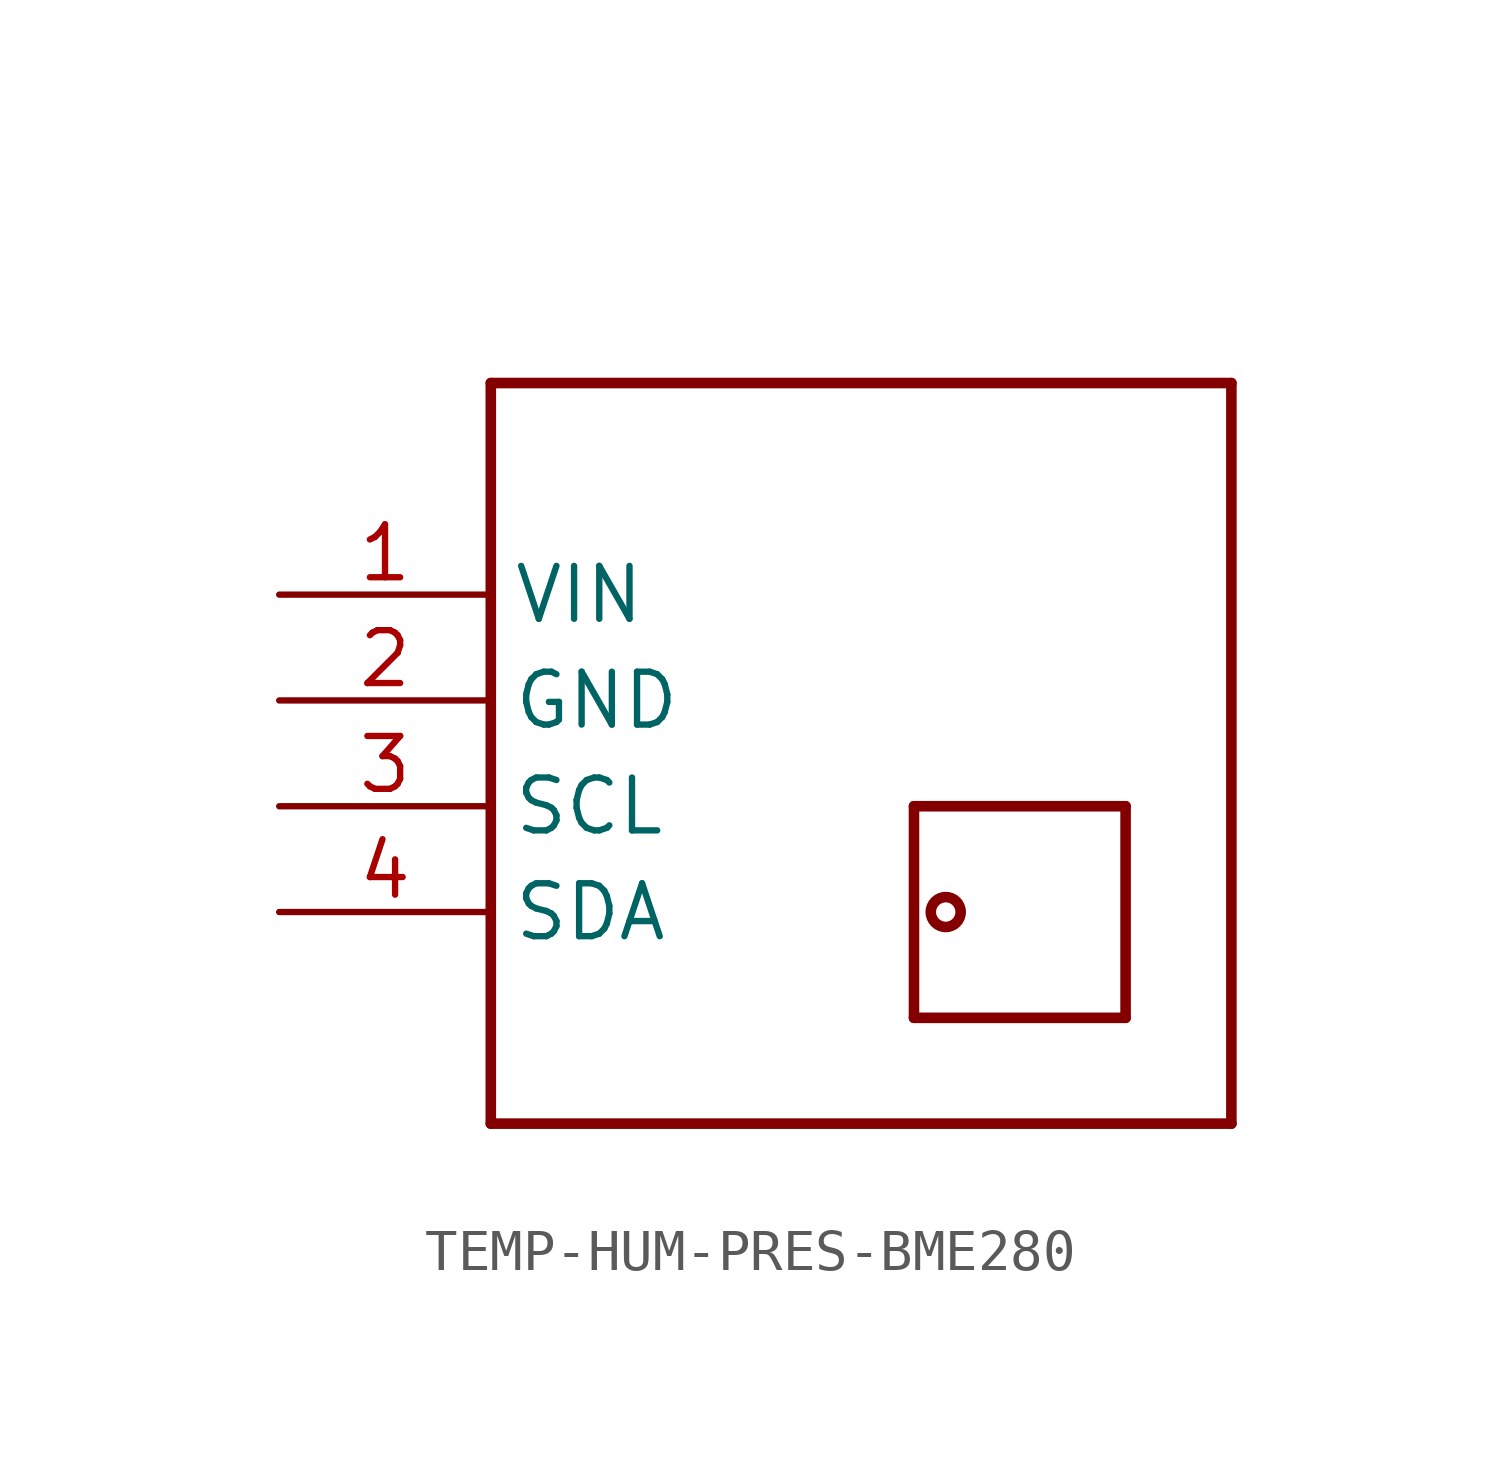
<source format=kicad_sym>
(kicad_symbol_lib
  (version 20231120)
  (generator "kicad_symbol_editor")
  (generator_version "8.0")
  (symbol "TEMP-HUM-PRES-BME280"
    (property "Reference" ""
      (at -10.16 15.24 0)
      (effects (font (size 1.778 1.511)) (justify left bottom) (hide yes)))
    (property "Value" ""
      (at -10.16 12.7 0)
      (effects (font (size 1.778 1.511)) (justify left bottom)))
    (property "ki_locked" ""
      (at 0 0 0)
      (effects (font (size 1.27 1.27))))
    (symbol "TEMP-HUM-PRES-BME280_1_0"
      (polyline (pts (xy -10.16 -7.62) (xy -10.16 10.16)) (stroke (width 0.254) (type solid)) (fill (type none)))
      (polyline (pts (xy -10.16 10.16) (xy 7.62 10.16)) (stroke (width 0.254) (type solid)) (fill (type none)))
      (polyline (pts (xy 0 -5.08) (xy 5.08 -5.08)) (stroke (width 0.254) (type solid)) (fill (type none)))
      (polyline (pts (xy 0 0) (xy 0 -5.08)) (stroke (width 0.254) (type solid)) (fill (type none)))
      (polyline (pts (xy 5.08 -5.08) (xy 5.08 0)) (stroke (width 0.254) (type solid)) (fill (type none)))
      (polyline (pts (xy 5.08 0) (xy 0 0)) (stroke (width 0.254) (type solid)) (fill (type none)))
      (polyline (pts (xy 7.62 -7.62) (xy -10.16 -7.62)) (stroke (width 0.254) (type solid)) (fill (type none)))
      (polyline (pts (xy 7.62 10.16) (xy 7.62 -7.62)) (stroke (width 0.254) (type solid)) (fill (type none)))
      (circle (center 0.762 -2.54) (radius 0.359) (stroke (width 0.254) (type solid)) (fill (type none)))
      (pin power_in line (at -15.24 5.08 0) (length 5.08) (name "VIN" (effects (font (size 1.27 1.27)))) (number "1" (effects (font (size 1.27 1.27)))))
      (pin power_in line (at -15.24 2.54 0) (length 5.08) (name "GND" (effects (font (size 1.27 1.27)))) (number "2" (effects (font (size 1.27 1.27)))))
      (pin bidirectional line (at -15.24 0 0) (length 5.08) (name "SCL" (effects (font (size 1.27 1.27)))) (number "3" (effects (font (size 1.27 1.27)))))
      (pin bidirectional line (at -15.24 -2.54 0) (length 5.08) (name "SDA" (effects (font (size 1.27 1.27)))) (number "4" (effects (font (size 1.27 1.27))))))))
</source>
